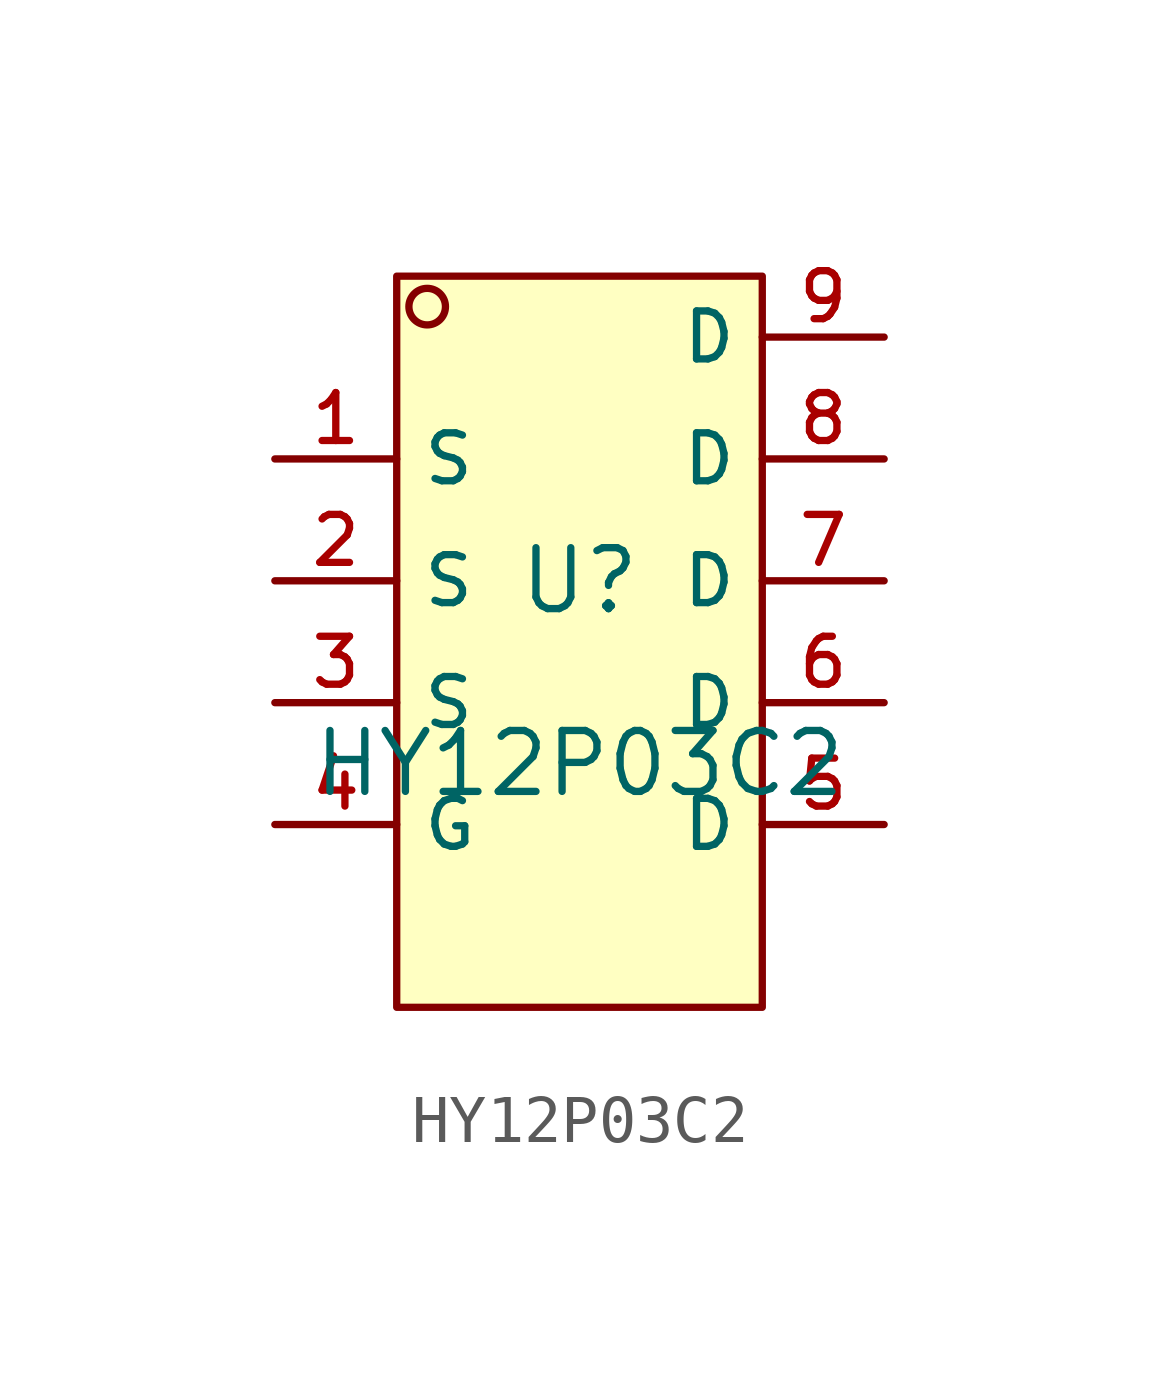
<source format=kicad_sym>
(kicad_symbol_lib
  (version 20210201)
  (generator TousstNicolas/JLC2KiCad_lib)
  (symbol "HY12P03C2"
    (property "Reference" "U"
      (at 0 1.27 0)
      (effects (font (size 1.27 1.27))))
    (property "Value" "HY12P03C2"
      (at 0 -2.54 0)
      (effects (font (size 1.27 1.27))))
    (symbol "HY12P03C2_0_1"
      (rectangle (start -3.81 7.62) (end 3.81 -7.62) (stroke (width 0) (type default) (color 0 0 0 0)) (fill (type background)))
      (circle (center -3.175 6.985) (radius 0.381) (stroke (width 0) (type default) (color 0 0 0 0)) (fill (type background)))
      (pin unspecified line (at -6.35 3.81 0) (length 2.54) (name "S" (effects (font (size 1 1)))) (number "1" (effects (font (size 1 1)))))
      (pin unspecified line (at -6.35 1.27 0) (length 2.54) (name "S" (effects (font (size 1 1)))) (number "2" (effects (font (size 1 1)))))
      (pin unspecified line (at -6.35 -1.27 0) (length 2.54) (name "S" (effects (font (size 1 1)))) (number "3" (effects (font (size 1 1)))))
      (pin unspecified line (at -6.35 -3.81 0) (length 2.54) (name "G" (effects (font (size 1 1)))) (number "4" (effects (font (size 1 1)))))
      (pin unspecified line (at 6.35 -3.81 180) (length 2.54) (name "D" (effects (font (size 1 1)))) (number "5" (effects (font (size 1 1)))))
      (pin unspecified line (at 6.35 -1.27 180) (length 2.54) (name "D" (effects (font (size 1 1)))) (number "6" (effects (font (size 1 1)))))
      (pin unspecified line (at 6.35 1.27 180) (length 2.54) (name "D" (effects (font (size 1 1)))) (number "7" (effects (font (size 1 1)))))
      (pin unspecified line (at 6.35 3.81 180) (length 2.54) (name "D" (effects (font (size 1 1)))) (number "8" (effects (font (size 1 1)))))
      (pin unspecified line (at 6.35 6.35 180) (length 2.54) (name "D" (effects (font (size 1 1)))) (number "9" (effects (font (size 1 1))))))))
</source>
